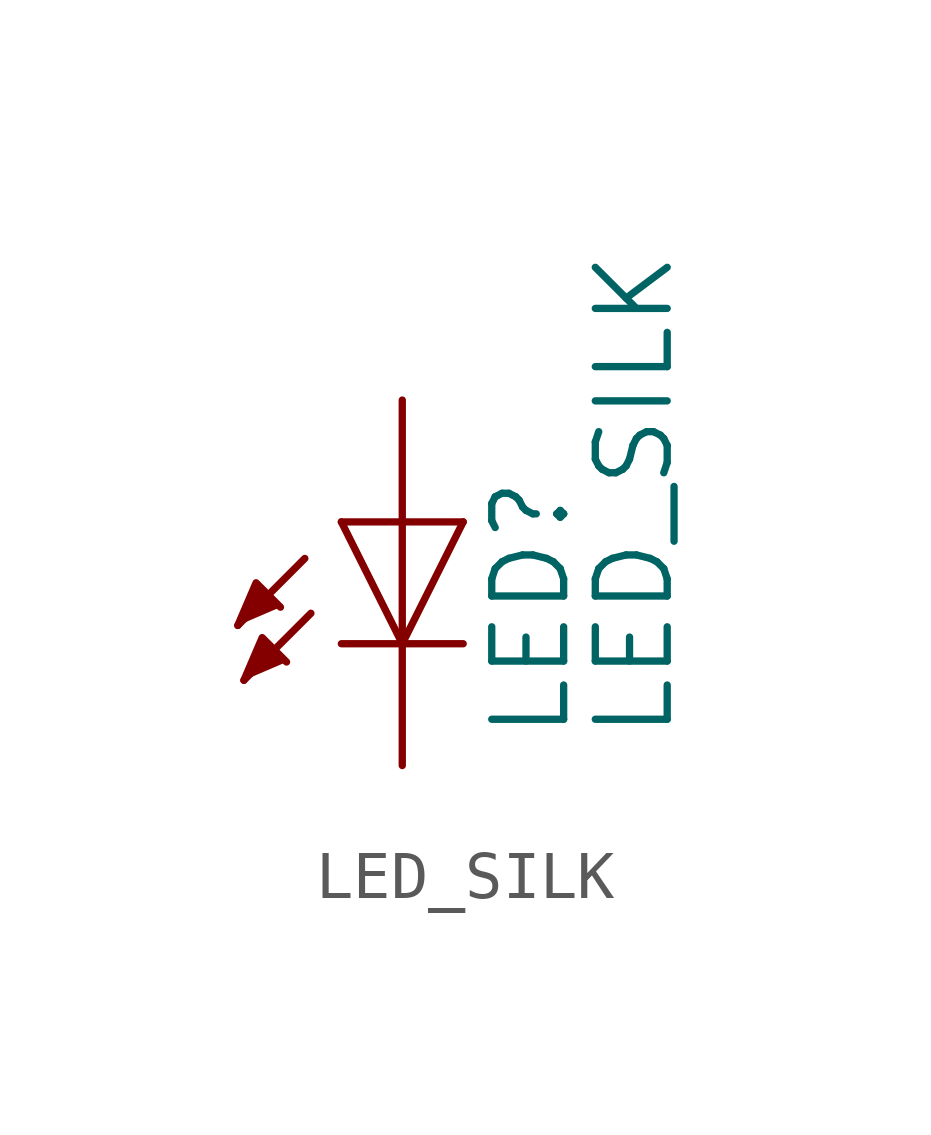
<source format=kicad_sym>
(kicad_symbol_lib
  (version 20211014)
  (generator kicad_symbol_editor)
  (symbol "LED_SILK"
    (pin_names
      (offset 1.016))
    (property "Reference" "LED"
      (at 3.556 -4.572 90)
      (effects (font (size 1.499 1.499)) (justify left bottom)))
    (property "Value" "LED_SILK"
      (at 5.715 -4.572 90)
      (effects (font (size 1.499 1.499)) (justify left bottom)))
    (property "ki_locked" ""
      (at 0 0 0)
      (effects (font (size 1.27 1.27))))
    (symbol "LED_SILK_1_0"
      (polyline (pts (xy -2.032 -0.762) (xy -3.429 -2.159)) (stroke (width 0) (type default) (color 0 0 0 0)) (fill (type none)))
      (polyline (pts (xy -1.905 -1.905) (xy -3.302 -3.302)) (stroke (width 0) (type default) (color 0 0 0 0)) (fill (type none)))
      (polyline (pts (xy 0 -2.54) (xy -1.27 -2.54)) (stroke (width 0) (type default) (color 0 0 0 0)) (fill (type none)))
      (polyline (pts (xy 0 -2.54) (xy -1.27 0)) (stroke (width 0) (type default) (color 0 0 0 0)) (fill (type none)))
      (polyline (pts (xy 0 0) (xy -1.27 0)) (stroke (width 0) (type default) (color 0 0 0 0)) (fill (type none)))
      (polyline (pts (xy 0 0) (xy 0 -2.54)) (stroke (width 0) (type default) (color 0 0 0 0)) (fill (type none)))
      (polyline (pts (xy 1.27 -2.54) (xy 0 -2.54)) (stroke (width 0) (type default) (color 0 0 0 0)) (fill (type none)))
      (polyline (pts (xy 1.27 0) (xy 0 -2.54)) (stroke (width 0) (type default) (color 0 0 0 0)) (fill (type none)))
      (polyline (pts (xy 1.27 0) (xy 0 0)) (stroke (width 0) (type default) (color 0 0 0 0)) (fill (type none)))
      (polyline (pts (xy -3.429 -2.159) (xy -3.048 -1.27) (xy -2.54 -1.778)) (stroke (width 0) (type default) (color 0 0 0 0)) (fill (type outline)))
      (polyline (pts (xy -3.302 -3.302) (xy -2.921 -2.413) (xy -2.413 -2.921)) (stroke (width 0) (type default) (color 0 0 0 0)) (fill (type outline)))
      (pin passive line (at 0 2.54 270) (length 2.54) (name "A" (effects (font (size 0 0)))) (number "A" (effects (font (size 0 0)))))
      (pin passive line (at 0 -5.08 90) (length 2.54) (name "C" (effects (font (size 0 0)))) (number "K" (effects (font (size 0 0))))))))
</source>
